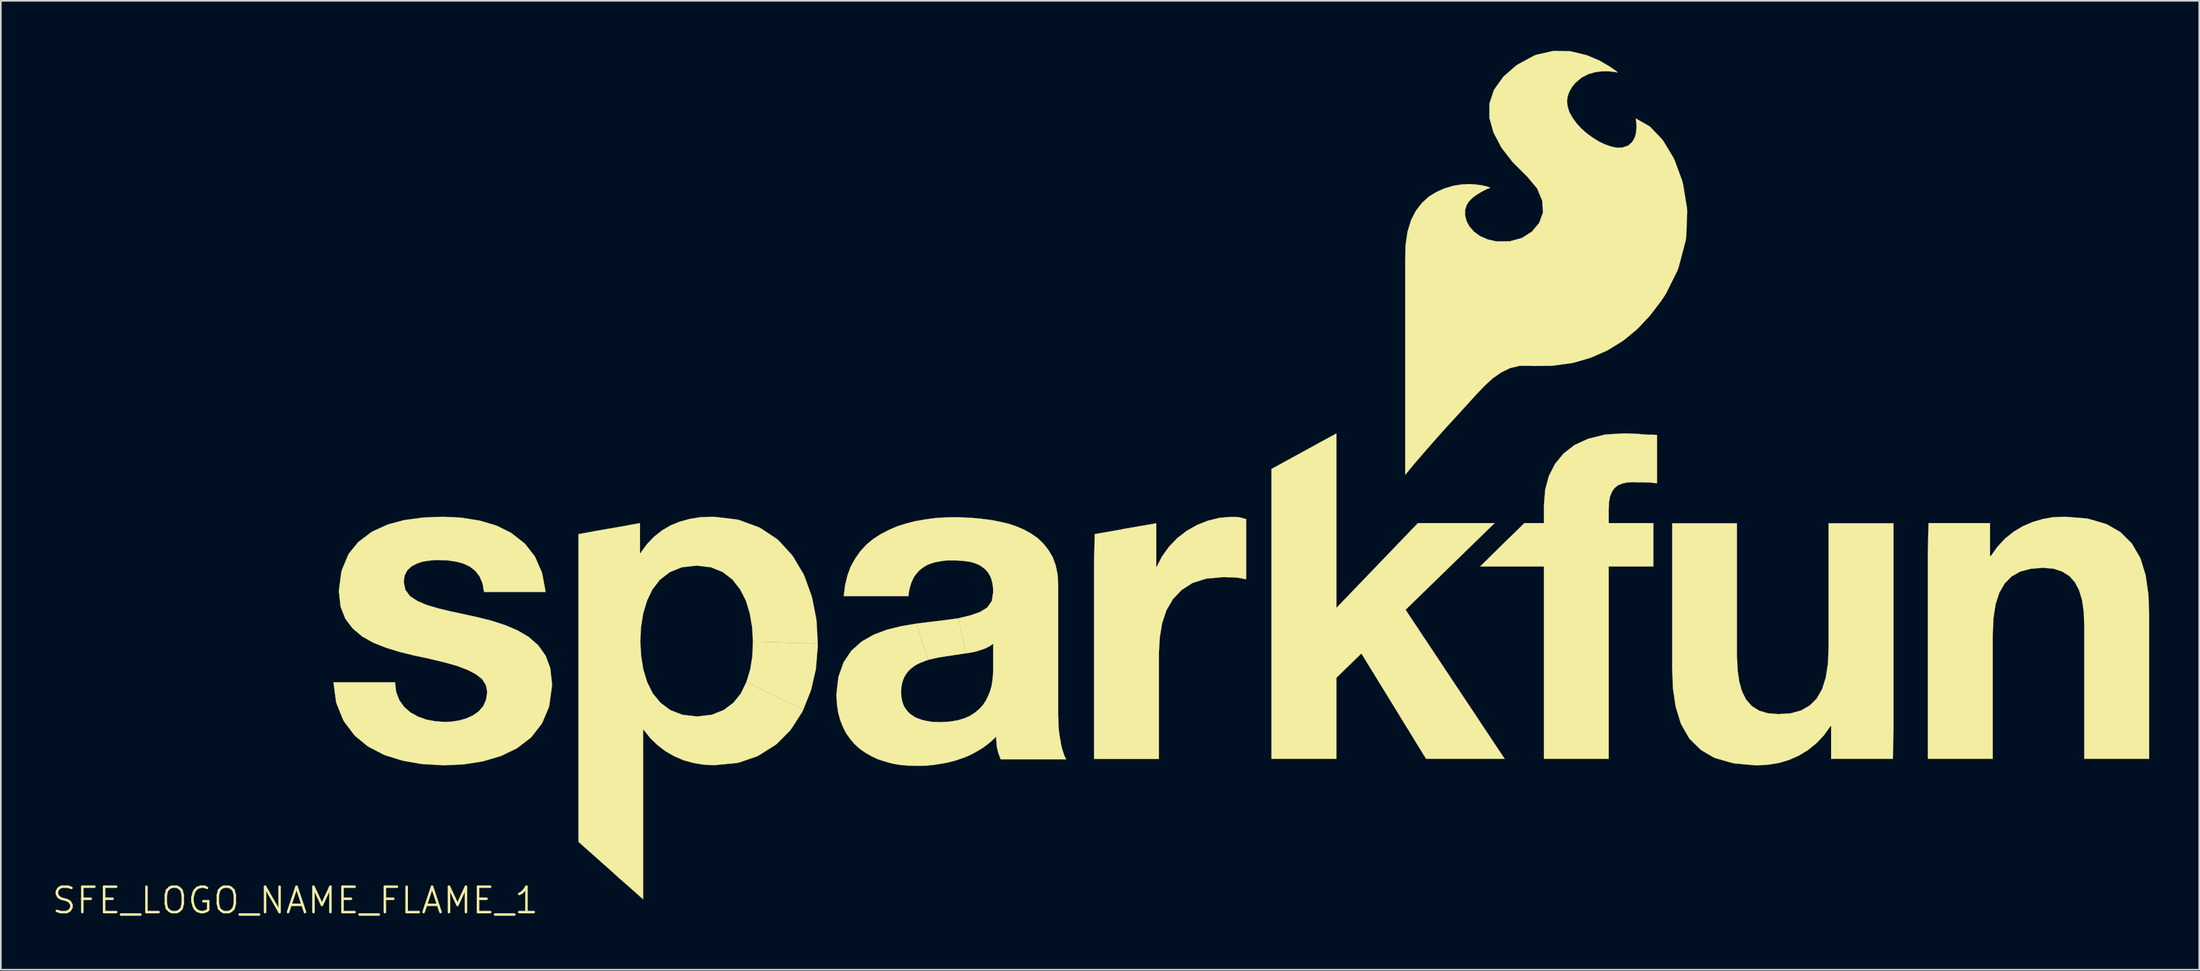
<source format=kicad_pcb>
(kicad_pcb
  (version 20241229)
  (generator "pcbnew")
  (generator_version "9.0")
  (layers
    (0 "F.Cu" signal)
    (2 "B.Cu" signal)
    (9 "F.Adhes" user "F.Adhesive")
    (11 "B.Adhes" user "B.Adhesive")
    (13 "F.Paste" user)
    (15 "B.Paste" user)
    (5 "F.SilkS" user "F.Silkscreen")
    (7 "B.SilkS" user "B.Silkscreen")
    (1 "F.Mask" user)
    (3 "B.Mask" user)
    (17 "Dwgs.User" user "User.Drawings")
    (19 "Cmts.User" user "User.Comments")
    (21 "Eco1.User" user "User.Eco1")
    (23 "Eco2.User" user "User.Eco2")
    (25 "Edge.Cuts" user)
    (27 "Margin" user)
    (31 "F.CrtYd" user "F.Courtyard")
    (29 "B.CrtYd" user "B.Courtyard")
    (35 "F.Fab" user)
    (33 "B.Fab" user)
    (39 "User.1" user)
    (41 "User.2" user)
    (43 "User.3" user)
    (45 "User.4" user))
  (footprint "SFE_LOGO_NAME_FLAME_1"
    (layer "F.Cu")
    (at 14.659 50.973)
    (property "Reference" "SFE_LOGO_NAME_FLAME_1" (at 0 0 0) (layer "F.SilkS") (effects (font (size 1.524 1.524) (thickness 0.15))))
    (attr exclude_from_pos_files exclude_from_bom)
    (fp_poly (pts (xy 27.048 -13.099) (xy 27.28 -13.858) (xy 27.409 -14.668) (xy 27.44 -15.53) (xy 31.328 -15.418) (xy 31.328 -15.24) (xy 31.229 -14.018) (xy 31.209 -13.848) (xy 30.94 -12.68) (xy 30.889 -12.52) (xy 30.46 -11.448)) (stroke (width 0.01) (type solid)) (fill yes) (layer "F.SilkS"))
    (fp_poly (pts (xy 58.539 -25.888) (xy 62.428 -28.019) (xy 62.428 -17.549) (xy 67.318 -22.639) (xy 71.918 -22.639) (xy 66.578 -17.44) (xy 72.52 -8.499) (xy 67.808 -8.499) (xy 63.929 -14.818) (xy 62.428 -13.358) (xy 62.428 -8.499) (xy 58.539 -8.499)) (stroke (width 0.01) (type solid)) (fill yes) (layer "F.SilkS"))
    (fp_poly (pts (xy 37.239 -16.609) (xy 38.118 -16.718) (xy 38.969 -16.82) (xy 39.759 -16.929) (xy 40.229 -14.829) (xy 40 -14.798) (xy 39.779 -14.76) (xy 39.548 -14.729) (xy 39.309 -14.689) (xy 39.078 -14.658) (xy 38.849 -14.618) (xy 38.628 -14.59) (xy 38.4 -14.539) (xy 38.179 -14.488) (xy 37.968 -14.44)) (stroke (width 0.01) (type solid)) (fill yes) (layer "F.SilkS"))
    (fp_poly (pts (xy 47.94 -21.979) (xy 48.4 -22.06) (xy 48.859 -22.139) (xy 49.319 -22.22) (xy 49.779 -22.309) (xy 50.239 -22.388) (xy 50.709 -22.469) (xy 51.168 -22.548) (xy 51.628 -22.629) (xy 51.628 -20.008) (xy 51.648 -20.008) (xy 51.979 -20.648) (xy 52.398 -21.229) (xy 52.888 -21.74) (xy 53.459 -22.179) (xy 54.079 -22.53) (xy 54.74 -22.789) (xy 55.438 -22.959) (xy 56.159 -23.017) (xy 56.279 -23.01) (xy 56.388 -23.01) (xy 56.49 -23) (xy 56.599 -22.99) (xy 56.698 -22.969) (xy 56.81 -22.939) (xy 56.909 -22.908) (xy 57.018 -22.878) (xy 57.018 -19.268) (xy 56.868 -19.299) (xy 56.708 -19.329) (xy 56.538 -19.36) (xy 56.358 -19.378) (xy 56.17 -19.388) (xy 55.979 -19.388) (xy 55.799 -19.398) (xy 55.618 -19.398) (xy 54.628 -19.309) (xy 53.81 -19.05) (xy 53.15 -18.628) (xy 52.629 -18.08) (xy 52.238 -17.409) (xy 51.979 -16.629) (xy 51.839 -15.778) (xy 51.788 -14.859) (xy 51.788 -8.489) (xy 47.899 -8.489) (xy 47.899 -20.29)) (stroke (width 0.01) (type solid)) (fill yes) (layer "F.SilkS"))
    (fp_poly (pts (xy 95.799 -8.499) (xy 92.098 -8.499) (xy 92.098 -10.46) (xy 92.06 -10.46) (xy 91.658 -9.898) (xy 91.199 -9.418) (xy 90.688 -9.009) (xy 90.14 -8.679) (xy 89.568 -8.428) (xy 88.969 -8.25) (xy 88.349 -8.148) (xy 87.739 -8.108) (xy 87.549 -8.108) (xy 86.33 -8.219) (xy 86.169 -8.25) (xy 85.189 -8.529) (xy 85.06 -8.578) (xy 84.29 -9.03) (xy 83.599 -9.708) (xy 83.119 -10.549) (xy 83.068 -10.668) (xy 82.799 -11.549) (xy 82.768 -11.679) (xy 82.619 -12.68) (xy 82.608 -12.83) (xy 82.568 -13.94) (xy 82.568 -22.629) (xy 86.449 -22.629) (xy 86.449 -14.648) (xy 86.49 -13.828) (xy 86.589 -13.129) (xy 86.759 -12.53) (xy 87.008 -12.04) (xy 87.348 -11.659) (xy 87.78 -11.389) (xy 88.308 -11.229) (xy 88.938 -11.179) (xy 89.68 -11.229) (xy 90.3 -11.4) (xy 90.818 -11.699) (xy 91.239 -12.118) (xy 91.559 -12.68) (xy 91.778 -13.378) (xy 91.91 -14.219) (xy 91.948 -15.22) (xy 91.948 -22.629) (xy 95.839 -22.629) (xy 95.839 -10.259)) (stroke (width 0.01) (type solid)) (fill yes) (layer "F.SilkS"))
    (fp_poly (pts (xy 97.94 -22.639) (xy 101.628 -22.639) (xy 101.628 -20.668) (xy 101.679 -20.668) (xy 102.078 -21.229) (xy 102.54 -21.72) (xy 103.038 -22.118) (xy 103.589 -22.449) (xy 104.168 -22.7) (xy 104.77 -22.878) (xy 105.38 -22.99) (xy 105.999 -23.017) (xy 106.19 -23.017) (xy 107.409 -22.918) (xy 107.559 -22.888) (xy 108.549 -22.598) (xy 108.669 -22.548) (xy 109.449 -22.098) (xy 110.129 -21.42) (xy 110.62 -20.579) (xy 110.668 -20.46) (xy 110.94 -19.578) (xy 110.968 -19.449) (xy 111.11 -18.448) (xy 111.128 -18.298) (xy 111.168 -17.198) (xy 111.168 -8.499) (xy 107.279 -8.499) (xy 107.279 -16.49) (xy 107.249 -17.3) (xy 107.15 -18.009) (xy 106.97 -18.608) (xy 106.718 -19.088) (xy 106.378 -19.469) (xy 105.948 -19.738) (xy 105.418 -19.909) (xy 104.788 -19.959) (xy 104.059 -19.898) (xy 103.429 -19.728) (xy 102.918 -19.439) (xy 102.499 -19.009) (xy 102.179 -18.448) (xy 101.958 -17.76) (xy 101.829 -16.909) (xy 101.788 -15.908) (xy 101.788 -8.499) (xy 97.899 -8.499) (xy 97.899 -20.869)) (stroke (width 0.01) (type solid)) (fill yes) (layer "F.SilkS"))
    (fp_poly (pts (xy 74.879 -20.038) (xy 71.049 -20.038) (xy 71.379 -20.358) (xy 71.709 -20.688) (xy 72.039 -21.008) (xy 72.37 -21.339) (xy 72.7 -21.659) (xy 73.038 -21.989) (xy 73.368 -22.309) (xy 73.698 -22.639) (xy 74.879 -22.639) (xy 74.879 -23.729) (xy 74.948 -24.628) (xy 75.169 -25.458) (xy 75.54 -26.19) (xy 76.058 -26.82) (xy 76.718 -27.328) (xy 77.528 -27.699) (xy 78.499 -27.94) (xy 78.628 -27.958) (xy 79.609 -28.019) (xy 79.868 -28.019) (xy 80.129 -28.009) (xy 80.388 -27.998) (xy 80.648 -27.978) (xy 80.899 -27.958) (xy 81.158 -27.94) (xy 81.41 -27.94) (xy 81.658 -27.93) (xy 81.658 -25.029) (xy 81.488 -25.049) (xy 81.308 -25.07) (xy 81.128 -25.08) (xy 80.95 -25.08) (xy 80.769 -25.088) (xy 80.419 -25.088) (xy 80.239 -25.098) (xy 79.868 -25.08) (xy 79.558 -25.009) (xy 79.299 -24.9) (xy 79.098 -24.729) (xy 78.948 -24.508) (xy 78.839 -24.229) (xy 78.778 -23.889) (xy 78.758 -23.48) (xy 78.758 -22.639) (xy 81.437 -22.639) (xy 81.437 -20.038) (xy 78.758 -20.038) (xy 78.758 -8.499) (xy 74.879 -8.499) (xy 74.879 -18.588)) (stroke (width 0.01) (type solid)) (fill yes) (layer "F.SilkS"))
    (fp_poly (pts (xy 30.46 -11.448) (xy 30.389 -11.298) (xy 29.779 -10.348) (xy 29.688 -10.218) (xy 28.908 -9.428) (xy 28.788 -9.329) (xy 27.838 -8.73) (xy 27.699 -8.649) (xy 26.579 -8.268) (xy 26.408 -8.24) (xy 25.118 -8.118) (xy 24.478 -8.148) (xy 23.868 -8.25) (xy 23.269 -8.418) (xy 22.708 -8.659) (xy 22.189 -8.959) (xy 21.709 -9.329) (xy 21.27 -9.759) (xy 20.879 -10.249) (xy 20.858 -10.249) (xy 20.858 -0.069) (xy 20.378 -0.498) (xy 19.888 -0.93) (xy 19.398 -1.359) (xy 18.918 -1.798) (xy 18.428 -2.228) (xy 17.948 -2.659) (xy 17.46 -3.089) (xy 16.98 -3.518) (xy 16.98 -21.979) (xy 17.44 -22.06) (xy 17.899 -22.149) (xy 18.359 -22.228) (xy 18.819 -22.309) (xy 19.289 -22.388) (xy 19.748 -22.469) (xy 20.208 -22.558) (xy 20.668 -22.639) (xy 20.668 -20.828) (xy 20.688 -20.828) (xy 21.079 -21.369) (xy 21.509 -21.819) (xy 21.989 -22.2) (xy 22.499 -22.499) (xy 23.058 -22.728) (xy 23.64 -22.888) (xy 24.26 -22.99) (xy 24.91 -23.017) (xy 25.108 -23.017) (xy 26.449 -22.86) (xy 26.629 -22.819) (xy 27.78 -22.398) (xy 27.93 -22.319) (xy 28.89 -21.679) (xy 29.009 -21.57) (xy 29.779 -20.729) (xy 29.878 -20.589) (xy 30.47 -19.588) (xy 30.538 -19.439) (xy 30.95 -18.298) (xy 30.998 -18.128) (xy 31.239 -16.899) (xy 31.26 -16.718) (xy 31.328 -15.418) (xy 27.44 -15.53) (xy 27.399 -16.368) (xy 27.259 -17.198) (xy 27.028 -17.968) (xy 26.678 -18.659) (xy 26.218 -19.248) (xy 25.639 -19.698) (xy 24.92 -19.99) (xy 24.059 -20.089) (xy 23.177 -19.99) (xy 22.459 -19.698) (xy 21.869 -19.248) (xy 21.42 -18.669) (xy 21.09 -17.978) (xy 20.858 -17.209) (xy 20.729 -16.378) (xy 20.688 -15.53) (xy 20.739 -14.668) (xy 20.869 -13.858) (xy 21.1 -13.099) (xy 21.438 -12.418) (xy 21.9 -11.859) (xy 22.489 -11.42) (xy 23.218 -11.138) (xy 24.089 -11.039) (xy 24.958 -11.138) (xy 25.679 -11.42) (xy 26.269 -11.859) (xy 26.718 -12.418) (xy 27.048 -13.099)) (stroke (width 0.01) (type solid)) (fill yes) (layer "F.SilkS"))
    (fp_poly (pts (xy 5.979 -13.089) (xy 6.048 -12.509) (xy 6.238 -12.019) (xy 6.528 -11.608) (xy 6.909 -11.278) (xy 7.358 -11.029) (xy 7.869 -10.848) (xy 8.41 -10.749) (xy 8.969 -10.709) (xy 9.388 -10.729) (xy 9.82 -10.798) (xy 10.249 -10.919) (xy 10.648 -11.1) (xy 10.988 -11.339) (xy 11.27 -11.659) (xy 11.438 -12.04) (xy 11.509 -12.509) (xy 11.43 -12.918) (xy 11.209 -13.269) (xy 10.838 -13.569) (xy 10.338 -13.828) (xy 9.708 -14.069) (xy 8.959 -14.28) (xy 8.09 -14.488) (xy 7.968 -14.519) (xy 7.109 -14.699) (xy 6.259 -14.91) (xy 5.448 -15.159) (xy 4.689 -15.458) (xy 4.008 -15.839) (xy 3.439 -16.32) (xy 3 -16.899) (xy 2.718 -17.61) (xy 2.619 -18.479) (xy 2.619 -18.639) (xy 2.758 -19.708) (xy 2.799 -19.848) (xy 3.16 -20.709) (xy 3.218 -20.818) (xy 3.769 -21.499) (xy 4.559 -22.098) (xy 4.669 -22.159) (xy 5.489 -22.53) (xy 5.618 -22.578) (xy 6.528 -22.819) (xy 6.668 -22.84) (xy 7.638 -22.969) (xy 7.777 -22.979) (xy 8.768 -23.017) (xy 8.918 -23.017) (xy 9.909 -22.969) (xy 10.048 -22.949) (xy 10.998 -22.799) (xy 11.128 -22.769) (xy 12.009 -22.509) (xy 12.129 -22.459) (xy 12.929 -22.06) (xy 13.708 -21.458) (xy 13.8 -21.369) (xy 14.338 -20.678) (xy 14.399 -20.569) (xy 14.778 -19.698) (xy 14.818 -19.558) (xy 15.009 -18.509) (xy 11.318 -18.509) (xy 11.229 -19.02) (xy 11.049 -19.439) (xy 10.798 -19.769) (xy 10.47 -20.028) (xy 10.089 -20.208) (xy 9.649 -20.328) (xy 9.169 -20.399) (xy 8.659 -20.419) (xy 8.319 -20.419) (xy 7.958 -20.378) (xy 7.6 -20.32) (xy 7.259 -20.198) (xy 6.96 -20.038) (xy 6.718 -19.809) (xy 6.558 -19.5) (xy 6.5 -19.108) (xy 6.599 -18.639) (xy 6.878 -18.258) (xy 7.318 -17.968) (xy 7.879 -17.729) (xy 8.55 -17.529) (xy 9.299 -17.348) (xy 10.089 -17.178) (xy 10.909 -16.998) (xy 11.748 -16.789) (xy 12.558 -16.528) (xy 13.32 -16.208) (xy 13.998 -15.809) (xy 14.569 -15.309) (xy 15.009 -14.689) (xy 15.288 -13.94) (xy 15.39 -13.038) (xy 15.39 -12.857) (xy 15.24 -11.758) (xy 15.21 -11.608) (xy 14.829 -10.698) (xy 14.76 -10.579) (xy 14.188 -9.84) (xy 14.1 -9.749) (xy 13.358 -9.18) (xy 13.249 -9.108) (xy 12.38 -8.689) (xy 12.248 -8.639) (xy 11.288 -8.359) (xy 11.148 -8.329) (xy 10.13 -8.169) (xy 9.98 -8.158) (xy 8.938 -8.108) (xy 8.778 -8.118) (xy 7.709 -8.179) (xy 7.559 -8.189) (xy 6.528 -8.369) (xy 6.388 -8.4) (xy 5.428 -8.7) (xy 5.298 -8.748) (xy 4.43 -9.2) (xy 4.318 -9.268) (xy 3.589 -9.868) (xy 3.498 -9.97) (xy 2.929 -10.729) (xy 2.857 -10.858) (xy 2.479 -11.798) (xy 2.438 -11.948) (xy 2.289 -13.089) (xy 5.519 -13.089)) (stroke (width 0.01) (type solid)) (fill yes) (layer "F.SilkS"))
    (fp_poly (pts (xy 80.388 -46.899) (xy 80.388 -46.838) (xy 80.419 -46.66) (xy 80.429 -46.408) (xy 80.409 -46.119) (xy 80.338 -45.809) (xy 80.188 -45.529) (xy 79.949 -45.298) (xy 79.588 -45.169) (xy 79.258 -45.159) (xy 78.908 -45.23) (xy 78.539 -45.359) (xy 78.158 -45.54) (xy 77.78 -45.778) (xy 77.429 -46.038) (xy 77.109 -46.319) (xy 76.838 -46.619) (xy 76.578 -46.98) (xy 76.398 -47.307) (xy 76.299 -47.638) (xy 76.258 -47.94) (xy 76.299 -48.24) (xy 76.398 -48.519) (xy 76.548 -48.788) (xy 76.759 -49.05) (xy 77.14 -49.37) (xy 77.549 -49.578) (xy 77.968 -49.698) (xy 78.379 -49.748) (xy 78.74 -49.748) (xy 79.03 -49.718) (xy 79.228 -49.687) (xy 79.299 -49.68) (xy 79.169 -49.789) (xy 78.788 -50.048) (xy 78.209 -50.389) (xy 77.45 -50.709) (xy 76.538 -50.93) (xy 76.418 -50.95) (xy 75.529 -50.968) (xy 75.39 -50.957) (xy 74.43 -50.739) (xy 74.29 -50.688) (xy 73.299 -50.15) (xy 73.17 -50.058) (xy 72.438 -49.418) (xy 71.879 -48.628) (xy 71.608 -47.808) (xy 71.608 -46.949) (xy 71.849 -46.078) (xy 72.309 -45.199) (xy 72.38 -45.098) (xy 72.969 -44.338) (xy 73.068 -44.229) (xy 73.81 -43.49) (xy 73.909 -43.388) (xy 74.468 -42.718) (xy 74.778 -41.979) (xy 74.818 -41.27) (xy 74.59 -40.648) (xy 74.158 -40.129) (xy 73.558 -39.748) (xy 72.84 -39.548) (xy 72.029 -39.538) (xy 71.498 -39.66) (xy 71.049 -39.858) (xy 70.688 -40.119) (xy 70.419 -40.419) (xy 70.239 -40.749) (xy 70.15 -41.09) (xy 70.15 -41.42) (xy 70.239 -41.719) (xy 70.388 -41.948) (xy 70.599 -42.159) (xy 70.828 -42.329) (xy 71.069 -42.479) (xy 71.288 -42.598) (xy 71.478 -42.69) (xy 71.608 -42.738) (xy 71.658 -42.769) (xy 71.598 -42.789) (xy 71.438 -42.84) (xy 71.178 -42.898) (xy 70.838 -42.949) (xy 70.429 -42.979) (xy 69.959 -42.959) (xy 69.449 -42.878) (xy 68.908 -42.718) (xy 68.42 -42.499) (xy 67.968 -42.22) (xy 67.559 -41.849) (xy 67.198 -41.379) (xy 66.909 -40.818) (xy 66.698 -40.129) (xy 66.578 -39.309) (xy 66.558 -38.349) (xy 66.558 -25.54) (xy 66.619 -25.608) (xy 66.799 -25.829) (xy 67.079 -26.17) (xy 67.46 -26.609) (xy 67.899 -27.12) (xy 68.41 -27.699) (xy 68.969 -28.329) (xy 69.558 -28.969) (xy 70.198 -29.67) (xy 70.769 -30.3) (xy 71.298 -30.858) (xy 71.798 -31.318) (xy 72.309 -31.679) (xy 72.84 -31.938) (xy 73.419 -32.078) (xy 74.079 -32.078) (xy 74.239 -32.068) (xy 75.349 -32.078) (xy 75.509 -32.098) (xy 76.538 -32.238) (xy 76.678 -32.268) (xy 77.638 -32.548) (xy 77.77 -32.598) (xy 78.659 -32.99) (xy 78.778 -33.058) (xy 79.588 -33.558) (xy 79.698 -33.64) (xy 80.439 -34.249) (xy 80.538 -34.348) (xy 81.199 -35.049) (xy 81.288 -35.159) (xy 81.89 -35.949) (xy 82.039 -36.17) (xy 82.189 -36.398) (xy 82.878 -37.78) (xy 82.959 -38.009) (xy 83.378 -39.599) (xy 83.409 -39.83) (xy 83.469 -41.349) (xy 83.449 -41.57) (xy 83.218 -42.979) (xy 83.17 -43.17) (xy 82.718 -44.399) (xy 82.639 -44.569) (xy 82.029 -45.578) (xy 81.928 -45.7) (xy 81.219 -46.439) (xy 80.378 -46.919)) (stroke (width 0.01) (type solid)) (fill yes) (layer "F.SilkS"))
    (fp_poly (pts (xy 37.968 -14.44) (xy 37.76 -14.369) (xy 37.559 -14.287) (xy 37.368 -14.209) (xy 37.188 -14.11) (xy 37.028 -13.998) (xy 36.868 -13.868) (xy 36.739 -13.729) (xy 36.619 -13.569) (xy 36.518 -13.399) (xy 36.439 -13.208) (xy 36.378 -12.99) (xy 36.34 -12.758) (xy 36.33 -12.509) (xy 36.34 -12.248) (xy 36.378 -12.019) (xy 36.439 -11.808) (xy 36.518 -11.618) (xy 36.629 -11.458) (xy 36.749 -11.308) (xy 36.888 -11.179) (xy 37.048 -11.069) (xy 37.219 -10.968) (xy 37.399 -10.899) (xy 37.6 -10.828) (xy 37.808 -10.78) (xy 38.019 -10.739) (xy 38.25 -10.709) (xy 38.468 -10.709) (xy 38.71 -10.698) (xy 39.238 -10.729) (xy 39.718 -10.808) (xy 40.129 -10.93) (xy 40.48 -11.09) (xy 40.78 -11.288) (xy 41.039 -11.509) (xy 41.25 -11.748) (xy 41.42 -12.009) (xy 41.549 -12.278) (xy 41.659 -12.548) (xy 41.74 -12.819) (xy 41.788 -13.089) (xy 41.819 -13.338) (xy 41.839 -13.569) (xy 41.849 -13.78) (xy 41.849 -15.408) (xy 41.719 -15.309) (xy 41.57 -15.22) (xy 41.41 -15.138) (xy 41.239 -15.07) (xy 41.049 -15.009) (xy 40.858 -14.948) (xy 40.648 -14.9) (xy 40.439 -14.859) (xy 40.229 -14.829) (xy 39.759 -16.929) (xy 40.46 -17.099) (xy 41.049 -17.3) (xy 41.499 -17.579) (xy 41.768 -17.968) (xy 41.849 -18.489) (xy 41.839 -18.778) (xy 41.798 -19.05) (xy 41.74 -19.279) (xy 41.659 -19.479) (xy 41.549 -19.66) (xy 41.42 -19.82) (xy 41.27 -19.949) (xy 41.11 -20.069) (xy 40.93 -20.16) (xy 40.739 -20.239) (xy 40.528 -20.3) (xy 40.31 -20.338) (xy 40.079 -20.368) (xy 39.84 -20.389) (xy 39.588 -20.399) (xy 39.068 -20.399) (xy 38.798 -20.368) (xy 38.56 -20.328) (xy 38.318 -20.279) (xy 38.1 -20.208) (xy 37.899 -20.13) (xy 37.709 -20.018) (xy 37.539 -19.898) (xy 37.389 -19.769) (xy 37.249 -19.609) (xy 37.12 -19.439) (xy 37.018 -19.238) (xy 36.929 -19.03) (xy 36.858 -18.788) (xy 36.8 -18.539) (xy 36.769 -18.258) (xy 32.888 -18.258) (xy 32.969 -18.908) (xy 33.109 -19.5) (xy 33.31 -20.038) (xy 33.579 -20.518) (xy 33.889 -20.958) (xy 34.249 -21.349) (xy 34.658 -21.689) (xy 35.108 -21.979) (xy 35.588 -22.228) (xy 36.098 -22.449) (xy 36.639 -22.619) (xy 37.188 -22.758) (xy 37.77 -22.86) (xy 38.349 -22.939) (xy 38.938 -22.979) (xy 39.538 -22.99) (xy 40.069 -22.979) (xy 40.61 -22.949) (xy 41.158 -22.898) (xy 41.699 -22.83) (xy 42.227 -22.728) (xy 42.738 -22.609) (xy 43.228 -22.449) (xy 43.698 -22.248) (xy 44.13 -22.009) (xy 44.529 -21.73) (xy 44.869 -21.399) (xy 45.169 -21.018) (xy 45.418 -20.599) (xy 45.598 -20.109) (xy 45.71 -19.568) (xy 45.748 -18.969) (xy 45.748 -11.128) (xy 45.758 -10.889) (xy 45.758 -10.658) (xy 45.768 -10.429) (xy 45.789 -10.198) (xy 45.819 -9.98) (xy 45.85 -9.769) (xy 45.888 -9.568) (xy 45.918 -9.368) (xy 45.959 -9.19) (xy 46.01 -9.02) (xy 46.058 -8.86) (xy 46.109 -8.71) (xy 46.17 -8.578) (xy 46.228 -8.468) (xy 42.299 -8.468) (xy 42.268 -8.55) (xy 42.238 -8.628) (xy 42.21 -8.71) (xy 42.179 -8.799) (xy 42.149 -8.88) (xy 42.128 -8.969) (xy 42.108 -9.047) (xy 42.088 -9.139) (xy 42.067 -9.228) (xy 42.06 -9.309) (xy 42.05 -9.398) (xy 42.05 -9.489) (xy 42.04 -9.568) (xy 42.029 -9.66) (xy 42.029 -9.83) (xy 41.788 -9.599) (xy 41.539 -9.388) (xy 41.278 -9.19) (xy 41.008 -9.02) (xy 40.729 -8.86) (xy 40.439 -8.71) (xy 40.15 -8.588) (xy 39.84 -8.479) (xy 39.538 -8.379) (xy 39.218 -8.298) (xy 38.898 -8.23) (xy 38.578 -8.179) (xy 38.25 -8.128) (xy 37.93 -8.098) (xy 37.6 -8.08) (xy 37.269 -8.08) (xy 36.769 -8.09) (xy 36.289 -8.128) (xy 35.819 -8.209) (xy 35.38 -8.329) (xy 34.948 -8.468) (xy 34.559 -8.649) (xy 34.188 -8.86) (xy 33.848 -9.098) (xy 33.538 -9.378) (xy 33.269 -9.698) (xy 33.028 -10.038) (xy 32.83 -10.429) (xy 32.669 -10.838) (xy 32.548 -11.298) (xy 32.479 -11.788) (xy 32.449 -12.309) (xy 32.459 -12.459) (xy 32.568 -13.409) (xy 32.878 -14.287) (xy 33.348 -14.989) (xy 33.97 -15.54) (xy 34.689 -15.949) (xy 35.489 -16.248) (xy 36.35 -16.459) (xy 37.239 -16.609)) (stroke (width 0.01) (type solid)) (fill yes) (layer "F.SilkS")))
  (gr_rect
    (start -3 -3)
    (end 128.833 55.127)
    (stroke (width 0.1) (type default))
    (fill no)
    (layer "Edge.Cuts")))
</source>
